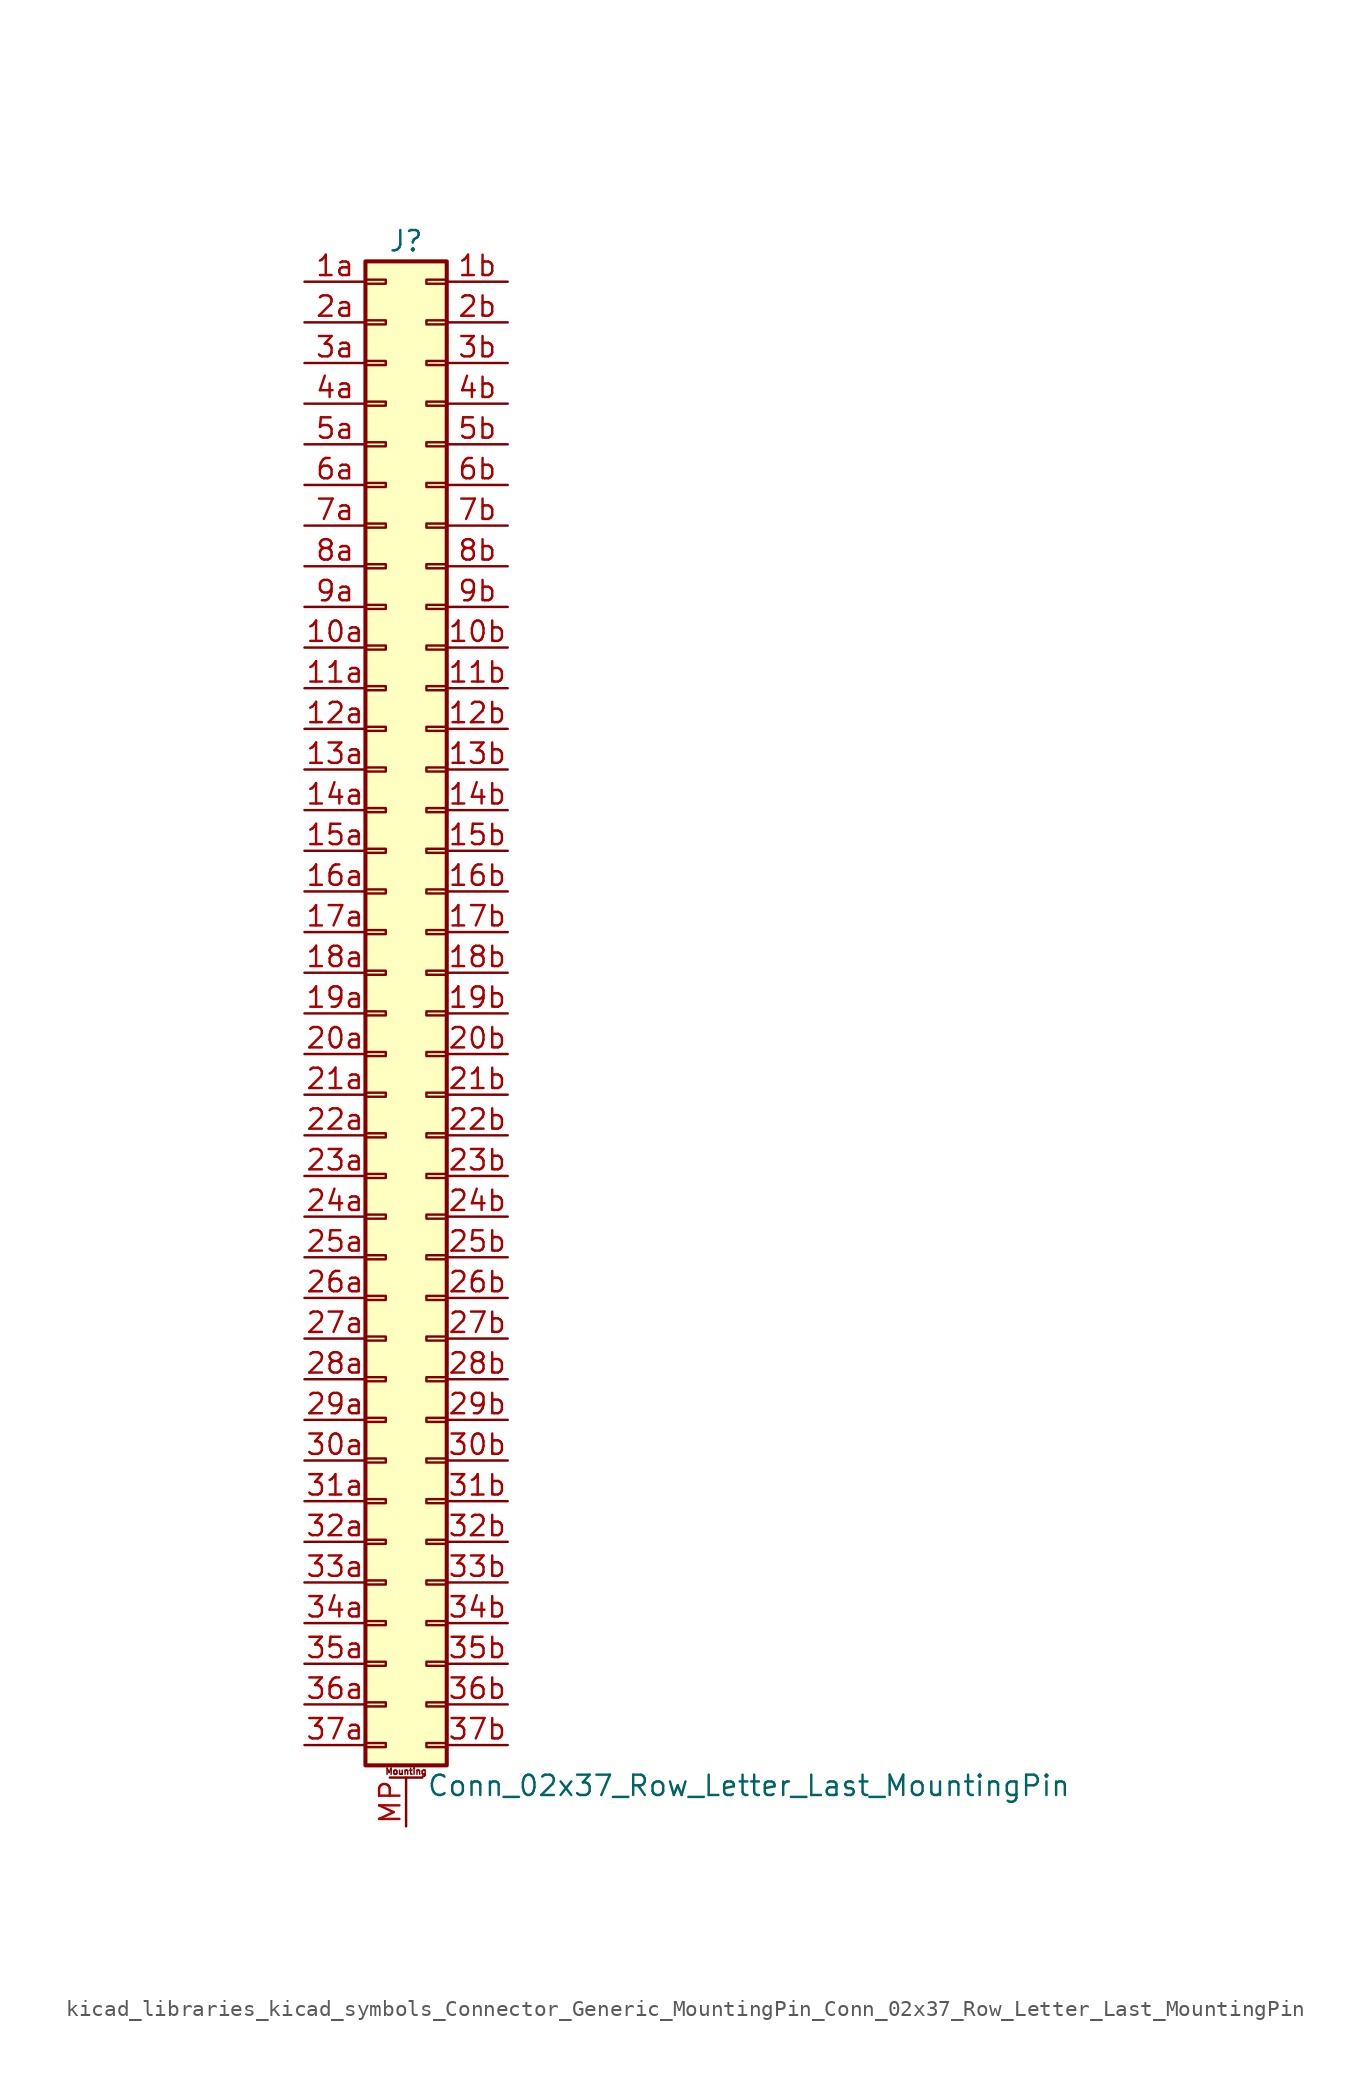
<source format=kicad_sym>
(kicad_symbol_lib
  (version 20220914)
  (generator kicad_symbol_editor)
  (symbol "kicad_libraries_kicad_symbols_Connector_Generic_MountingPin_Conn_02x37_Row_Letter_Last_MountingPin"
    (pin_names
      (offset 1.016) hide)
    (property "Reference" "J"
      (at 1.27 48.26 0)
      (effects (font (size 1.27 1.27))))
    (property "Value" "Conn_02x37_Row_Letter_Last_MountingPin"
      (at 2.54 -48.26 0)
      (effects (font (size 1.27 1.27)) (justify left)))
    (symbol "kicad_libraries_kicad_symbols_Connector_Generic_MountingPin_Conn_02x37_Row_Letter_Last_MountingPin_1_1"
      (rectangle (start -1.27 -45.593) (end 0 -45.847) (stroke (width 0.152) (type default)) (fill (type none)))
      (rectangle (start -1.27 -43.053) (end 0 -43.307) (stroke (width 0.152) (type default)) (fill (type none)))
      (rectangle (start -1.27 -40.513) (end 0 -40.767) (stroke (width 0.152) (type default)) (fill (type none)))
      (rectangle (start -1.27 -37.973) (end 0 -38.227) (stroke (width 0.152) (type default)) (fill (type none)))
      (rectangle (start -1.27 -35.433) (end 0 -35.687) (stroke (width 0.152) (type default)) (fill (type none)))
      (rectangle (start -1.27 -32.893) (end 0 -33.147) (stroke (width 0.152) (type default)) (fill (type none)))
      (rectangle (start -1.27 -30.353) (end 0 -30.607) (stroke (width 0.152) (type default)) (fill (type none)))
      (rectangle (start -1.27 -27.813) (end 0 -28.067) (stroke (width 0.152) (type default)) (fill (type none)))
      (rectangle (start -1.27 -25.273) (end 0 -25.527) (stroke (width 0.152) (type default)) (fill (type none)))
      (rectangle (start -1.27 -22.733) (end 0 -22.987) (stroke (width 0.152) (type default)) (fill (type none)))
      (rectangle (start -1.27 -20.193) (end 0 -20.447) (stroke (width 0.152) (type default)) (fill (type none)))
      (rectangle (start -1.27 -17.653) (end 0 -17.907) (stroke (width 0.152) (type default)) (fill (type none)))
      (rectangle (start -1.27 -15.113) (end 0 -15.367) (stroke (width 0.152) (type default)) (fill (type none)))
      (rectangle (start -1.27 -12.573) (end 0 -12.827) (stroke (width 0.152) (type default)) (fill (type none)))
      (rectangle (start -1.27 -10.033) (end 0 -10.287) (stroke (width 0.152) (type default)) (fill (type none)))
      (rectangle (start -1.27 -7.493) (end 0 -7.747) (stroke (width 0.152) (type default)) (fill (type none)))
      (rectangle (start -1.27 -4.953) (end 0 -5.207) (stroke (width 0.152) (type default)) (fill (type none)))
      (rectangle (start -1.27 -2.413) (end 0 -2.667) (stroke (width 0.152) (type default)) (fill (type none)))
      (rectangle (start -1.27 0.127) (end 0 -0.127) (stroke (width 0.152) (type default)) (fill (type none)))
      (rectangle (start -1.27 2.667) (end 0 2.413) (stroke (width 0.152) (type default)) (fill (type none)))
      (rectangle (start -1.27 5.207) (end 0 4.953) (stroke (width 0.152) (type default)) (fill (type none)))
      (rectangle (start -1.27 7.747) (end 0 7.493) (stroke (width 0.152) (type default)) (fill (type none)))
      (rectangle (start -1.27 10.287) (end 0 10.033) (stroke (width 0.152) (type default)) (fill (type none)))
      (rectangle (start -1.27 12.827) (end 0 12.573) (stroke (width 0.152) (type default)) (fill (type none)))
      (rectangle (start -1.27 15.367) (end 0 15.113) (stroke (width 0.152) (type default)) (fill (type none)))
      (rectangle (start -1.27 17.907) (end 0 17.653) (stroke (width 0.152) (type default)) (fill (type none)))
      (rectangle (start -1.27 20.447) (end 0 20.193) (stroke (width 0.152) (type default)) (fill (type none)))
      (rectangle (start -1.27 22.987) (end 0 22.733) (stroke (width 0.152) (type default)) (fill (type none)))
      (rectangle (start -1.27 25.527) (end 0 25.273) (stroke (width 0.152) (type default)) (fill (type none)))
      (rectangle (start -1.27 28.067) (end 0 27.813) (stroke (width 0.152) (type default)) (fill (type none)))
      (rectangle (start -1.27 30.607) (end 0 30.353) (stroke (width 0.152) (type default)) (fill (type none)))
      (rectangle (start -1.27 33.147) (end 0 32.893) (stroke (width 0.152) (type default)) (fill (type none)))
      (rectangle (start -1.27 35.687) (end 0 35.433) (stroke (width 0.152) (type default)) (fill (type none)))
      (rectangle (start -1.27 38.227) (end 0 37.973) (stroke (width 0.152) (type default)) (fill (type none)))
      (rectangle (start -1.27 40.767) (end 0 40.513) (stroke (width 0.152) (type default)) (fill (type none)))
      (rectangle (start -1.27 43.307) (end 0 43.053) (stroke (width 0.152) (type default)) (fill (type none)))
      (rectangle (start -1.27 45.847) (end 0 45.593) (stroke (width 0.152) (type default)) (fill (type none)))
      (rectangle (start -1.27 46.99) (end 3.81 -46.99) (stroke (width 0.254) (type default)) (fill (type background)))
      (polyline (pts (xy 0.254 -47.752) (xy 2.286 -47.752)) (stroke (width 0.152) (type default)) (fill (type none)))
      (rectangle (start 3.81 -45.593) (end 2.54 -45.847) (stroke (width 0.152) (type default)) (fill (type none)))
      (rectangle (start 3.81 -43.053) (end 2.54 -43.307) (stroke (width 0.152) (type default)) (fill (type none)))
      (rectangle (start 3.81 -40.513) (end 2.54 -40.767) (stroke (width 0.152) (type default)) (fill (type none)))
      (rectangle (start 3.81 -37.973) (end 2.54 -38.227) (stroke (width 0.152) (type default)) (fill (type none)))
      (rectangle (start 3.81 -35.433) (end 2.54 -35.687) (stroke (width 0.152) (type default)) (fill (type none)))
      (rectangle (start 3.81 -32.893) (end 2.54 -33.147) (stroke (width 0.152) (type default)) (fill (type none)))
      (rectangle (start 3.81 -30.353) (end 2.54 -30.607) (stroke (width 0.152) (type default)) (fill (type none)))
      (rectangle (start 3.81 -27.813) (end 2.54 -28.067) (stroke (width 0.152) (type default)) (fill (type none)))
      (rectangle (start 3.81 -25.273) (end 2.54 -25.527) (stroke (width 0.152) (type default)) (fill (type none)))
      (rectangle (start 3.81 -22.733) (end 2.54 -22.987) (stroke (width 0.152) (type default)) (fill (type none)))
      (rectangle (start 3.81 -20.193) (end 2.54 -20.447) (stroke (width 0.152) (type default)) (fill (type none)))
      (rectangle (start 3.81 -17.653) (end 2.54 -17.907) (stroke (width 0.152) (type default)) (fill (type none)))
      (rectangle (start 3.81 -15.113) (end 2.54 -15.367) (stroke (width 0.152) (type default)) (fill (type none)))
      (rectangle (start 3.81 -12.573) (end 2.54 -12.827) (stroke (width 0.152) (type default)) (fill (type none)))
      (rectangle (start 3.81 -10.033) (end 2.54 -10.287) (stroke (width 0.152) (type default)) (fill (type none)))
      (rectangle (start 3.81 -7.493) (end 2.54 -7.747) (stroke (width 0.152) (type default)) (fill (type none)))
      (rectangle (start 3.81 -4.953) (end 2.54 -5.207) (stroke (width 0.152) (type default)) (fill (type none)))
      (rectangle (start 3.81 -2.413) (end 2.54 -2.667) (stroke (width 0.152) (type default)) (fill (type none)))
      (rectangle (start 3.81 0.127) (end 2.54 -0.127) (stroke (width 0.152) (type default)) (fill (type none)))
      (rectangle (start 3.81 2.667) (end 2.54 2.413) (stroke (width 0.152) (type default)) (fill (type none)))
      (rectangle (start 3.81 5.207) (end 2.54 4.953) (stroke (width 0.152) (type default)) (fill (type none)))
      (rectangle (start 3.81 7.747) (end 2.54 7.493) (stroke (width 0.152) (type default)) (fill (type none)))
      (rectangle (start 3.81 10.287) (end 2.54 10.033) (stroke (width 0.152) (type default)) (fill (type none)))
      (rectangle (start 3.81 12.827) (end 2.54 12.573) (stroke (width 0.152) (type default)) (fill (type none)))
      (rectangle (start 3.81 15.367) (end 2.54 15.113) (stroke (width 0.152) (type default)) (fill (type none)))
      (rectangle (start 3.81 17.907) (end 2.54 17.653) (stroke (width 0.152) (type default)) (fill (type none)))
      (rectangle (start 3.81 20.447) (end 2.54 20.193) (stroke (width 0.152) (type default)) (fill (type none)))
      (rectangle (start 3.81 22.987) (end 2.54 22.733) (stroke (width 0.152) (type default)) (fill (type none)))
      (rectangle (start 3.81 25.527) (end 2.54 25.273) (stroke (width 0.152) (type default)) (fill (type none)))
      (rectangle (start 3.81 28.067) (end 2.54 27.813) (stroke (width 0.152) (type default)) (fill (type none)))
      (rectangle (start 3.81 30.607) (end 2.54 30.353) (stroke (width 0.152) (type default)) (fill (type none)))
      (rectangle (start 3.81 33.147) (end 2.54 32.893) (stroke (width 0.152) (type default)) (fill (type none)))
      (rectangle (start 3.81 35.687) (end 2.54 35.433) (stroke (width 0.152) (type default)) (fill (type none)))
      (rectangle (start 3.81 38.227) (end 2.54 37.973) (stroke (width 0.152) (type default)) (fill (type none)))
      (rectangle (start 3.81 40.767) (end 2.54 40.513) (stroke (width 0.152) (type default)) (fill (type none)))
      (rectangle (start 3.81 43.307) (end 2.54 43.053) (stroke (width 0.152) (type default)) (fill (type none)))
      (rectangle (start 3.81 45.847) (end 2.54 45.593) (stroke (width 0.152) (type default)) (fill (type none)))
      (text "Mounting" (at 1.27 -47.371 0) (effects (font (size 0.381 0.381))))
      (pin passive line (at -5.08 22.86 0) (length 3.81) (name "Pin_10a" (effects (font (size 1.27 1.27)))) (number "10a" (effects (font (size 1.27 1.27)))))
      (pin passive line (at 7.62 22.86 180) (length 3.81) (name "Pin_10b" (effects (font (size 1.27 1.27)))) (number "10b" (effects (font (size 1.27 1.27)))))
      (pin passive line (at -5.08 20.32 0) (length 3.81) (name "Pin_11a" (effects (font (size 1.27 1.27)))) (number "11a" (effects (font (size 1.27 1.27)))))
      (pin passive line (at 7.62 20.32 180) (length 3.81) (name "Pin_11b" (effects (font (size 1.27 1.27)))) (number "11b" (effects (font (size 1.27 1.27)))))
      (pin passive line (at -5.08 17.78 0) (length 3.81) (name "Pin_12a" (effects (font (size 1.27 1.27)))) (number "12a" (effects (font (size 1.27 1.27)))))
      (pin passive line (at 7.62 17.78 180) (length 3.81) (name "Pin_12b" (effects (font (size 1.27 1.27)))) (number "12b" (effects (font (size 1.27 1.27)))))
      (pin passive line (at -5.08 15.24 0) (length 3.81) (name "Pin_13a" (effects (font (size 1.27 1.27)))) (number "13a" (effects (font (size 1.27 1.27)))))
      (pin passive line (at 7.62 15.24 180) (length 3.81) (name "Pin_13b" (effects (font (size 1.27 1.27)))) (number "13b" (effects (font (size 1.27 1.27)))))
      (pin passive line (at -5.08 12.7 0) (length 3.81) (name "Pin_14a" (effects (font (size 1.27 1.27)))) (number "14a" (effects (font (size 1.27 1.27)))))
      (pin passive line (at 7.62 12.7 180) (length 3.81) (name "Pin_14b" (effects (font (size 1.27 1.27)))) (number "14b" (effects (font (size 1.27 1.27)))))
      (pin passive line (at -5.08 10.16 0) (length 3.81) (name "Pin_15a" (effects (font (size 1.27 1.27)))) (number "15a" (effects (font (size 1.27 1.27)))))
      (pin passive line (at 7.62 10.16 180) (length 3.81) (name "Pin_15b" (effects (font (size 1.27 1.27)))) (number "15b" (effects (font (size 1.27 1.27)))))
      (pin passive line (at -5.08 7.62 0) (length 3.81) (name "Pin_16a" (effects (font (size 1.27 1.27)))) (number "16a" (effects (font (size 1.27 1.27)))))
      (pin passive line (at 7.62 7.62 180) (length 3.81) (name "Pin_16b" (effects (font (size 1.27 1.27)))) (number "16b" (effects (font (size 1.27 1.27)))))
      (pin passive line (at -5.08 5.08 0) (length 3.81) (name "Pin_17a" (effects (font (size 1.27 1.27)))) (number "17a" (effects (font (size 1.27 1.27)))))
      (pin passive line (at 7.62 5.08 180) (length 3.81) (name "Pin_17b" (effects (font (size 1.27 1.27)))) (number "17b" (effects (font (size 1.27 1.27)))))
      (pin passive line (at -5.08 2.54 0) (length 3.81) (name "Pin_18a" (effects (font (size 1.27 1.27)))) (number "18a" (effects (font (size 1.27 1.27)))))
      (pin passive line (at 7.62 2.54 180) (length 3.81) (name "Pin_18b" (effects (font (size 1.27 1.27)))) (number "18b" (effects (font (size 1.27 1.27)))))
      (pin passive line (at -5.08 0 0) (length 3.81) (name "Pin_19a" (effects (font (size 1.27 1.27)))) (number "19a" (effects (font (size 1.27 1.27)))))
      (pin passive line (at 7.62 0 180) (length 3.81) (name "Pin_19b" (effects (font (size 1.27 1.27)))) (number "19b" (effects (font (size 1.27 1.27)))))
      (pin passive line (at -5.08 45.72 0) (length 3.81) (name "Pin_1a" (effects (font (size 1.27 1.27)))) (number "1a" (effects (font (size 1.27 1.27)))))
      (pin passive line (at 7.62 45.72 180) (length 3.81) (name "Pin_1b" (effects (font (size 1.27 1.27)))) (number "1b" (effects (font (size 1.27 1.27)))))
      (pin passive line (at -5.08 -2.54 0) (length 3.81) (name "Pin_20a" (effects (font (size 1.27 1.27)))) (number "20a" (effects (font (size 1.27 1.27)))))
      (pin passive line (at 7.62 -2.54 180) (length 3.81) (name "Pin_20b" (effects (font (size 1.27 1.27)))) (number "20b" (effects (font (size 1.27 1.27)))))
      (pin passive line (at -5.08 -5.08 0) (length 3.81) (name "Pin_21a" (effects (font (size 1.27 1.27)))) (number "21a" (effects (font (size 1.27 1.27)))))
      (pin passive line (at 7.62 -5.08 180) (length 3.81) (name "Pin_21b" (effects (font (size 1.27 1.27)))) (number "21b" (effects (font (size 1.27 1.27)))))
      (pin passive line (at -5.08 -7.62 0) (length 3.81) (name "Pin_22a" (effects (font (size 1.27 1.27)))) (number "22a" (effects (font (size 1.27 1.27)))))
      (pin passive line (at 7.62 -7.62 180) (length 3.81) (name "Pin_22b" (effects (font (size 1.27 1.27)))) (number "22b" (effects (font (size 1.27 1.27)))))
      (pin passive line (at -5.08 -10.16 0) (length 3.81) (name "Pin_23a" (effects (font (size 1.27 1.27)))) (number "23a" (effects (font (size 1.27 1.27)))))
      (pin passive line (at 7.62 -10.16 180) (length 3.81) (name "Pin_23b" (effects (font (size 1.27 1.27)))) (number "23b" (effects (font (size 1.27 1.27)))))
      (pin passive line (at -5.08 -12.7 0) (length 3.81) (name "Pin_24a" (effects (font (size 1.27 1.27)))) (number "24a" (effects (font (size 1.27 1.27)))))
      (pin passive line (at 7.62 -12.7 180) (length 3.81) (name "Pin_24b" (effects (font (size 1.27 1.27)))) (number "24b" (effects (font (size 1.27 1.27)))))
      (pin passive line (at -5.08 -15.24 0) (length 3.81) (name "Pin_25a" (effects (font (size 1.27 1.27)))) (number "25a" (effects (font (size 1.27 1.27)))))
      (pin passive line (at 7.62 -15.24 180) (length 3.81) (name "Pin_25b" (effects (font (size 1.27 1.27)))) (number "25b" (effects (font (size 1.27 1.27)))))
      (pin passive line (at -5.08 -17.78 0) (length 3.81) (name "Pin_26a" (effects (font (size 1.27 1.27)))) (number "26a" (effects (font (size 1.27 1.27)))))
      (pin passive line (at 7.62 -17.78 180) (length 3.81) (name "Pin_26b" (effects (font (size 1.27 1.27)))) (number "26b" (effects (font (size 1.27 1.27)))))
      (pin passive line (at -5.08 -20.32 0) (length 3.81) (name "Pin_27a" (effects (font (size 1.27 1.27)))) (number "27a" (effects (font (size 1.27 1.27)))))
      (pin passive line (at 7.62 -20.32 180) (length 3.81) (name "Pin_27b" (effects (font (size 1.27 1.27)))) (number "27b" (effects (font (size 1.27 1.27)))))
      (pin passive line (at -5.08 -22.86 0) (length 3.81) (name "Pin_28a" (effects (font (size 1.27 1.27)))) (number "28a" (effects (font (size 1.27 1.27)))))
      (pin passive line (at 7.62 -22.86 180) (length 3.81) (name "Pin_28b" (effects (font (size 1.27 1.27)))) (number "28b" (effects (font (size 1.27 1.27)))))
      (pin passive line (at -5.08 -25.4 0) (length 3.81) (name "Pin_29a" (effects (font (size 1.27 1.27)))) (number "29a" (effects (font (size 1.27 1.27)))))
      (pin passive line (at 7.62 -25.4 180) (length 3.81) (name "Pin_29b" (effects (font (size 1.27 1.27)))) (number "29b" (effects (font (size 1.27 1.27)))))
      (pin passive line (at -5.08 43.18 0) (length 3.81) (name "Pin_2a" (effects (font (size 1.27 1.27)))) (number "2a" (effects (font (size 1.27 1.27)))))
      (pin passive line (at 7.62 43.18 180) (length 3.81) (name "Pin_2b" (effects (font (size 1.27 1.27)))) (number "2b" (effects (font (size 1.27 1.27)))))
      (pin passive line (at -5.08 -27.94 0) (length 3.81) (name "Pin_30a" (effects (font (size 1.27 1.27)))) (number "30a" (effects (font (size 1.27 1.27)))))
      (pin passive line (at 7.62 -27.94 180) (length 3.81) (name "Pin_30b" (effects (font (size 1.27 1.27)))) (number "30b" (effects (font (size 1.27 1.27)))))
      (pin passive line (at -5.08 -30.48 0) (length 3.81) (name "Pin_31a" (effects (font (size 1.27 1.27)))) (number "31a" (effects (font (size 1.27 1.27)))))
      (pin passive line (at 7.62 -30.48 180) (length 3.81) (name "Pin_31b" (effects (font (size 1.27 1.27)))) (number "31b" (effects (font (size 1.27 1.27)))))
      (pin passive line (at -5.08 -33.02 0) (length 3.81) (name "Pin_32a" (effects (font (size 1.27 1.27)))) (number "32a" (effects (font (size 1.27 1.27)))))
      (pin passive line (at 7.62 -33.02 180) (length 3.81) (name "Pin_32b" (effects (font (size 1.27 1.27)))) (number "32b" (effects (font (size 1.27 1.27)))))
      (pin passive line (at -5.08 -35.56 0) (length 3.81) (name "Pin_33a" (effects (font (size 1.27 1.27)))) (number "33a" (effects (font (size 1.27 1.27)))))
      (pin passive line (at 7.62 -35.56 180) (length 3.81) (name "Pin_33b" (effects (font (size 1.27 1.27)))) (number "33b" (effects (font (size 1.27 1.27)))))
      (pin passive line (at -5.08 -38.1 0) (length 3.81) (name "Pin_34a" (effects (font (size 1.27 1.27)))) (number "34a" (effects (font (size 1.27 1.27)))))
      (pin passive line (at 7.62 -38.1 180) (length 3.81) (name "Pin_34b" (effects (font (size 1.27 1.27)))) (number "34b" (effects (font (size 1.27 1.27)))))
      (pin passive line (at -5.08 -40.64 0) (length 3.81) (name "Pin_35a" (effects (font (size 1.27 1.27)))) (number "35a" (effects (font (size 1.27 1.27)))))
      (pin passive line (at 7.62 -40.64 180) (length 3.81) (name "Pin_35b" (effects (font (size 1.27 1.27)))) (number "35b" (effects (font (size 1.27 1.27)))))
      (pin passive line (at -5.08 -43.18 0) (length 3.81) (name "Pin_36a" (effects (font (size 1.27 1.27)))) (number "36a" (effects (font (size 1.27 1.27)))))
      (pin passive line (at 7.62 -43.18 180) (length 3.81) (name "Pin_36b" (effects (font (size 1.27 1.27)))) (number "36b" (effects (font (size 1.27 1.27)))))
      (pin passive line (at -5.08 -45.72 0) (length 3.81) (name "Pin_37a" (effects (font (size 1.27 1.27)))) (number "37a" (effects (font (size 1.27 1.27)))))
      (pin passive line (at 7.62 -45.72 180) (length 3.81) (name "Pin_37b" (effects (font (size 1.27 1.27)))) (number "37b" (effects (font (size 1.27 1.27)))))
      (pin passive line (at -5.08 40.64 0) (length 3.81) (name "Pin_3a" (effects (font (size 1.27 1.27)))) (number "3a" (effects (font (size 1.27 1.27)))))
      (pin passive line (at 7.62 40.64 180) (length 3.81) (name "Pin_3b" (effects (font (size 1.27 1.27)))) (number "3b" (effects (font (size 1.27 1.27)))))
      (pin passive line (at -5.08 38.1 0) (length 3.81) (name "Pin_4a" (effects (font (size 1.27 1.27)))) (number "4a" (effects (font (size 1.27 1.27)))))
      (pin passive line (at 7.62 38.1 180) (length 3.81) (name "Pin_4b" (effects (font (size 1.27 1.27)))) (number "4b" (effects (font (size 1.27 1.27)))))
      (pin passive line (at -5.08 35.56 0) (length 3.81) (name "Pin_5a" (effects (font (size 1.27 1.27)))) (number "5a" (effects (font (size 1.27 1.27)))))
      (pin passive line (at 7.62 35.56 180) (length 3.81) (name "Pin_5b" (effects (font (size 1.27 1.27)))) (number "5b" (effects (font (size 1.27 1.27)))))
      (pin passive line (at -5.08 33.02 0) (length 3.81) (name "Pin_6a" (effects (font (size 1.27 1.27)))) (number "6a" (effects (font (size 1.27 1.27)))))
      (pin passive line (at 7.62 33.02 180) (length 3.81) (name "Pin_6b" (effects (font (size 1.27 1.27)))) (number "6b" (effects (font (size 1.27 1.27)))))
      (pin passive line (at -5.08 30.48 0) (length 3.81) (name "Pin_7a" (effects (font (size 1.27 1.27)))) (number "7a" (effects (font (size 1.27 1.27)))))
      (pin passive line (at 7.62 30.48 180) (length 3.81) (name "Pin_7b" (effects (font (size 1.27 1.27)))) (number "7b" (effects (font (size 1.27 1.27)))))
      (pin passive line (at -5.08 27.94 0) (length 3.81) (name "Pin_8a" (effects (font (size 1.27 1.27)))) (number "8a" (effects (font (size 1.27 1.27)))))
      (pin passive line (at 7.62 27.94 180) (length 3.81) (name "Pin_8b" (effects (font (size 1.27 1.27)))) (number "8b" (effects (font (size 1.27 1.27)))))
      (pin passive line (at -5.08 25.4 0) (length 3.81) (name "Pin_9a" (effects (font (size 1.27 1.27)))) (number "9a" (effects (font (size 1.27 1.27)))))
      (pin passive line (at 7.62 25.4 180) (length 3.81) (name "Pin_9b" (effects (font (size 1.27 1.27)))) (number "9b" (effects (font (size 1.27 1.27)))))
      (pin passive line (at 1.27 -50.8 90) (length 3.048) (name "MountPin" (effects (font (size 1.27 1.27)))) (number "MP" (effects (font (size 1.27 1.27))))))))
</source>
